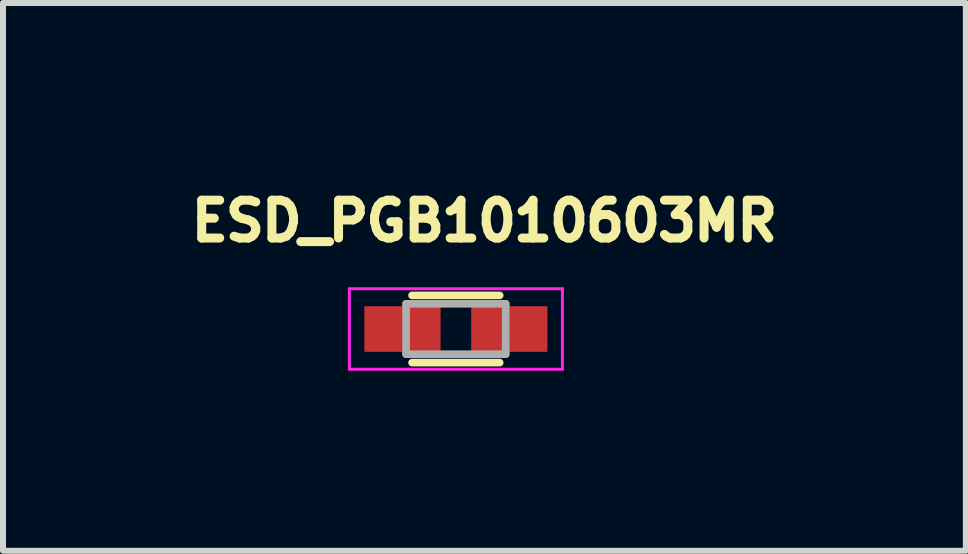
<source format=kicad_pcb>
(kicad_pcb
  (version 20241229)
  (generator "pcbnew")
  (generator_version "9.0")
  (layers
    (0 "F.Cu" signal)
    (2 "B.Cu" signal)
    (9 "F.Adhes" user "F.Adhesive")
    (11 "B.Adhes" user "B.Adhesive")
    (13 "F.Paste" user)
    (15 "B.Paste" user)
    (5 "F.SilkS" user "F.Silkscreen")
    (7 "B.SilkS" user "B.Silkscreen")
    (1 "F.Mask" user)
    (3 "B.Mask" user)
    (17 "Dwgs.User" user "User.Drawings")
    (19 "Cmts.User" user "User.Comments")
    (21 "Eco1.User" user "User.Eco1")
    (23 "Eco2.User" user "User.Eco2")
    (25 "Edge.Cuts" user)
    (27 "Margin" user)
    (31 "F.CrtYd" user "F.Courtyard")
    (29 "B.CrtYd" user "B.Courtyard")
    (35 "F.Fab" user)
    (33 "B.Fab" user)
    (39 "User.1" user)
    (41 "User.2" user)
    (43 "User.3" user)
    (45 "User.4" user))
  (footprint "ESD_PGB1010603MR"
    (layer "F.Cu")
    (at 4.546 2.432)
    (property "Reference" "ESD_PGB1010603MR" (at 0.475 -1.8 0) (layer "F.SilkS") (effects (font (size 0.63 0.63) (thickness 0.15))))
    (attr smd)
    (fp_line (start -0.73 -0.56) (end 0.73 -0.56) (stroke (width 0.127) (type solid)) (layer "F.SilkS"))
    (fp_line (start -0.73 0.56) (end 0.73 0.56) (stroke (width 0.127) (type solid)) (layer "F.SilkS"))
    (fp_line (start -1.775 -0.67) (end 1.775 -0.67) (stroke (width 0.05) (type solid)) (layer "F.CrtYd"))
    (fp_line (start -1.775 0.67) (end -1.775 -0.67) (stroke (width 0.05) (type solid)) (layer "F.CrtYd"))
    (fp_line (start 1.775 -0.67) (end 1.775 0.67) (stroke (width 0.05) (type solid)) (layer "F.CrtYd"))
    (fp_line (start 1.775 0.67) (end -1.775 0.67) (stroke (width 0.05) (type solid)) (layer "F.CrtYd"))
    (fp_line (start -0.83 -0.42) (end 0.83 -0.42) (stroke (width 0.127) (type solid)) (layer "F.Fab"))
    (fp_line (start -0.83 0.42) (end -0.83 -0.42) (stroke (width 0.127) (type solid)) (layer "F.Fab"))
    (fp_line (start 0.83 -0.42) (end 0.83 0.42) (stroke (width 0.127) (type solid)) (layer "F.Fab"))
    (fp_line (start 0.83 0.42) (end -0.83 0.42) (stroke (width 0.127) (type solid)) (layer "F.Fab"))
    (pad "1" smd rect (at -0.89 0 180) (size 1.27 0.76) (layers "F.Cu" "F.Mask" "F.Paste"))
    (pad "2" smd rect (at 0.89 0 180) (size 1.27 0.76) (layers "F.Cu" "F.Mask" "F.Paste")))
  (gr_rect
    (start -3 -3)
    (end 13.043 6.127)
    (stroke (width 0.1) (type default))
    (fill no)
    (layer "Edge.Cuts")))
</source>
